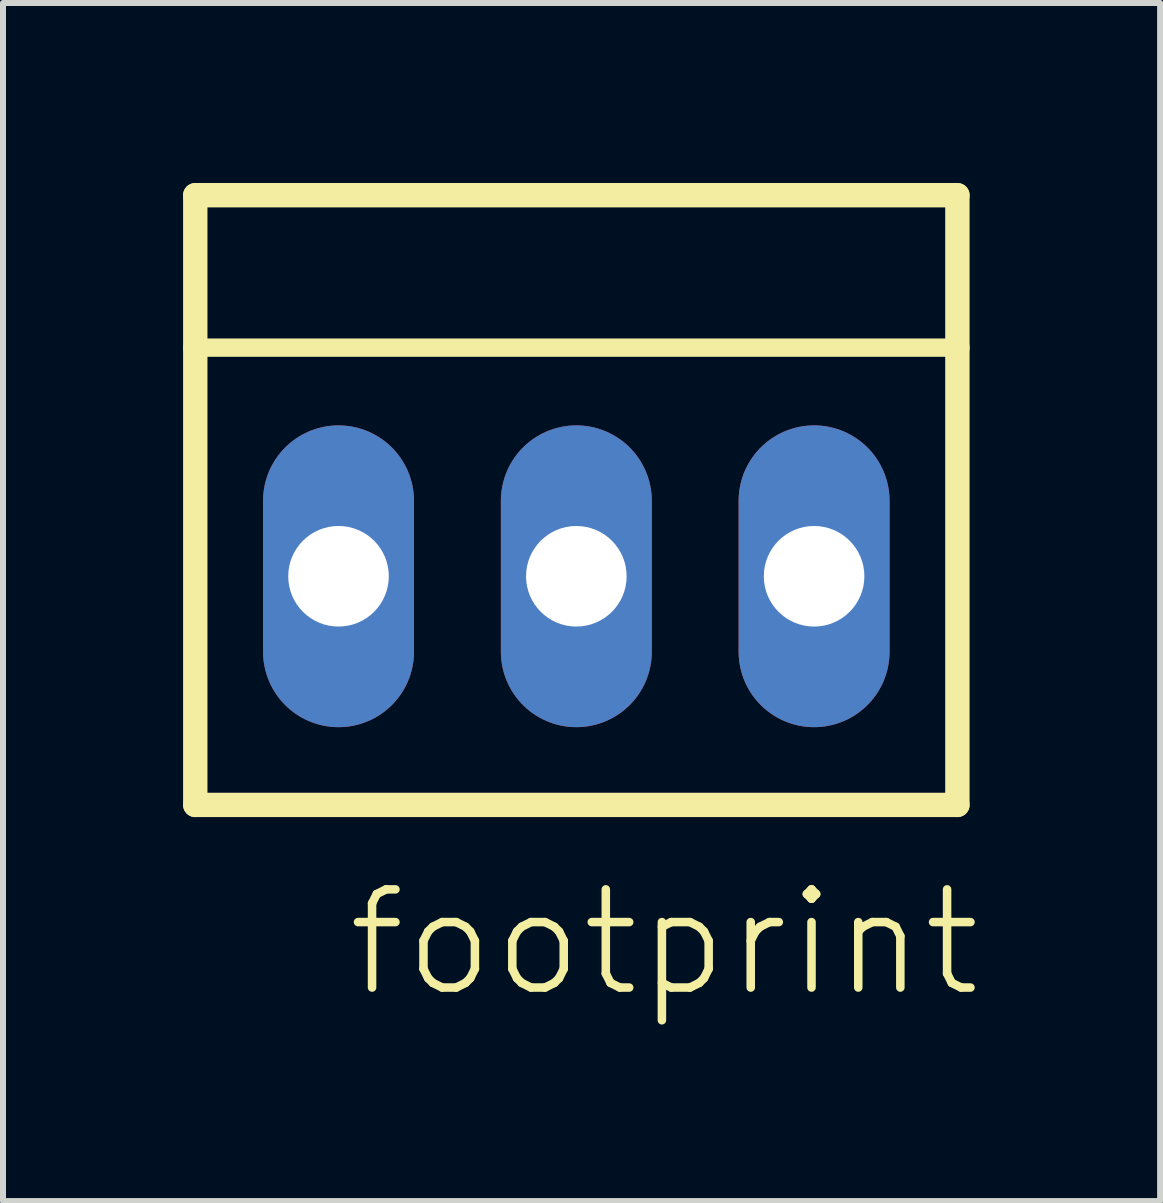
<source format=kicad_pcb>
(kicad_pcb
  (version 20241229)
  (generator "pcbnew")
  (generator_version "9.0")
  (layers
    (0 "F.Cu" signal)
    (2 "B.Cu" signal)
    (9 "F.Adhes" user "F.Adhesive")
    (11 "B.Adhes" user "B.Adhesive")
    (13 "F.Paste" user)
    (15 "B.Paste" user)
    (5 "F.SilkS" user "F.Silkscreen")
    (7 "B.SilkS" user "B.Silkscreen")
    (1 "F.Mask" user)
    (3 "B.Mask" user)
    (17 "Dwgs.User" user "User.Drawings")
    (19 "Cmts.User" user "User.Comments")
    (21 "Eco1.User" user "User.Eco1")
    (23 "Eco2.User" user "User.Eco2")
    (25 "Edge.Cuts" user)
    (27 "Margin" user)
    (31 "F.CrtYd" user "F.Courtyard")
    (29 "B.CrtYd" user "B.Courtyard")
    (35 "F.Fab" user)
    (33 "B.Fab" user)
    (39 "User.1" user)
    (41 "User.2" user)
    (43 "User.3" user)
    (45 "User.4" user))
  (footprint "footprint"
    (layer "F.Cu")
    (at 6.579 6.553)
    (property "Reference" "footprint" (at -3.912 7.061 0) (layer "F.SilkS") (effects (font (size 1.636 1.636) (thickness 0.142)) (justify left bottom)))
    (fp_line (start -6.375 -6.35) (end 6.325 -6.35) (stroke (width 0.406) (type solid)) (layer "F.SilkS"))
    (fp_line (start -6.375 -3.81) (end -6.375 -6.35) (stroke (width 0.406) (type solid)) (layer "F.SilkS"))
    (fp_line (start -6.375 -3.81) (end 6.325 -3.81) (stroke (width 0.305) (type solid)) (layer "F.SilkS"))
    (fp_line (start -6.375 3.81) (end -6.375 -3.81) (stroke (width 0.406) (type solid)) (layer "F.SilkS"))
    (fp_line (start -6.375 3.81) (end 6.325 3.81) (stroke (width 0.406) (type solid)) (layer "F.SilkS"))
    (fp_line (start 6.325 -6.35) (end 6.325 -3.81) (stroke (width 0.406) (type solid)) (layer "F.SilkS"))
    (fp_line (start 6.325 -3.81) (end 6.325 3.81) (stroke (width 0.406) (type solid)) (layer "F.SilkS"))
    (fp_poly (pts (xy -4.496 0.508) (xy -3.48 0.508) (xy -3.48 -0.508) (xy -4.496 -0.508)) (stroke (width 0) (type solid)) (fill yes) (layer "F.SilkS"))
    (fp_poly (pts (xy -0.533 0.508) (xy 0.483 0.508) (xy 0.483 -0.508) (xy -0.533 -0.508)) (stroke (width 0) (type solid)) (fill yes) (layer "F.SilkS"))
    (fp_poly (pts (xy 3.429 0.508) (xy 4.445 0.508) (xy 4.445 -0.508) (xy 3.429 -0.508)) (stroke (width 0) (type solid)) (fill yes) (layer "F.SilkS"))
    (pad "1" thru_hole oval (at 3.937 0 90) (size 5.029 2.515) (drill 1.676) (layers "*.Cu" "*.Mask"))
    (pad "2" thru_hole oval (at -0.025 0 90) (size 5.029 2.515) (drill 1.676) (layers "*.Cu" "*.Mask"))
    (pad "3" thru_hole oval (at -3.988 0 90) (size 5.029 2.515) (drill 1.676) (layers "*.Cu" "*.Mask")))
  (gr_rect
    (start -3 -3)
    (end 16.282 16.965)
    (stroke (width 0.1) (type default))
    (fill no)
    (layer "Edge.Cuts")))
</source>
